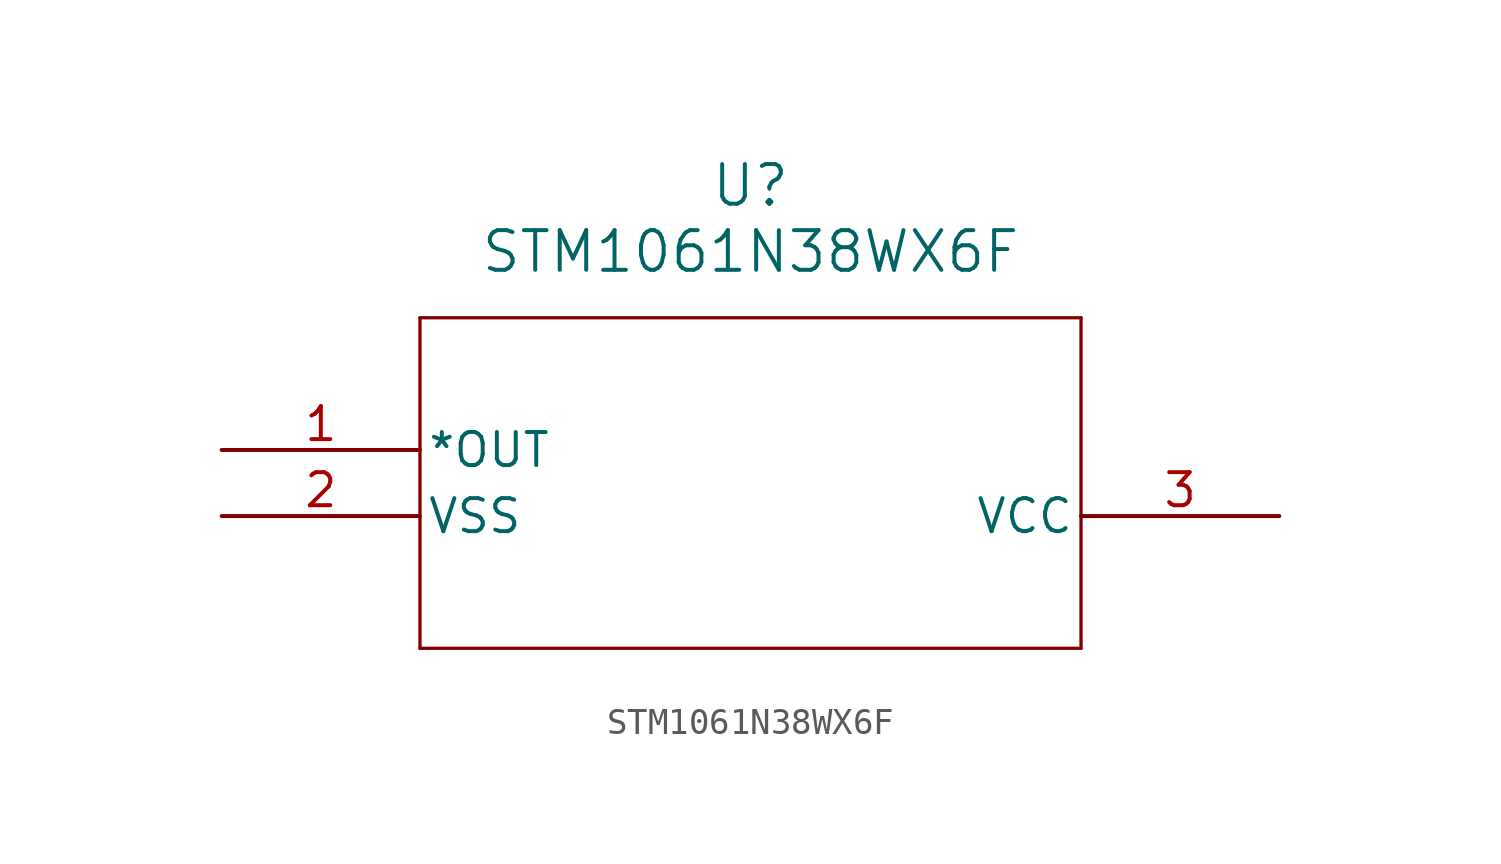
<source format=kicad_sym>
(kicad_symbol_lib
  (version 20241209)
  (generator "kicad_symbol_editor")
  (generator_version "9.0")
  (symbol "STM1061N38WX6F"
    (pin_names
      (offset 0.254))
    (property "Reference" "U"
      (at 20.32 10.16 0)
      (effects (font (size 1.524 1.524))))
    (property "Value" "STM1061N38WX6F"
      (at 20.32 7.62 0)
      (effects (font (size 1.524 1.524))))
    (property "ki_locked" ""
      (at 0 0 0)
      (effects (font (size 1.27 1.27))))
    (symbol "STM1061N38WX6F_0_1"
      (polyline (pts (xy 7.62 5.08) (xy 7.62 -7.62)) (stroke (width 0.127) (type default)) (fill (type none)))
      (polyline (pts (xy 7.62 -7.62) (xy 33.02 -7.62)) (stroke (width 0.127) (type default)) (fill (type none)))
      (polyline (pts (xy 33.02 5.08) (xy 7.62 5.08)) (stroke (width 0.127) (type default)) (fill (type none)))
      (polyline (pts (xy 33.02 -7.62) (xy 33.02 5.08)) (stroke (width 0.127) (type default)) (fill (type none)))
      (pin output line (at 0 0 0) (length 7.62) (name "*OUT" (effects (font (size 1.27 1.27)))) (number "1" (effects (font (size 1.27 1.27)))))
      (pin power_in line (at 0 -2.54 0) (length 7.62) (name "VSS" (effects (font (size 1.27 1.27)))) (number "2" (effects (font (size 1.27 1.27)))))
      (pin power_in line (at 40.64 -2.54 180) (length 7.62) (name "VCC" (effects (font (size 1.27 1.27)))) (number "3" (effects (font (size 1.27 1.27))))))))
</source>
